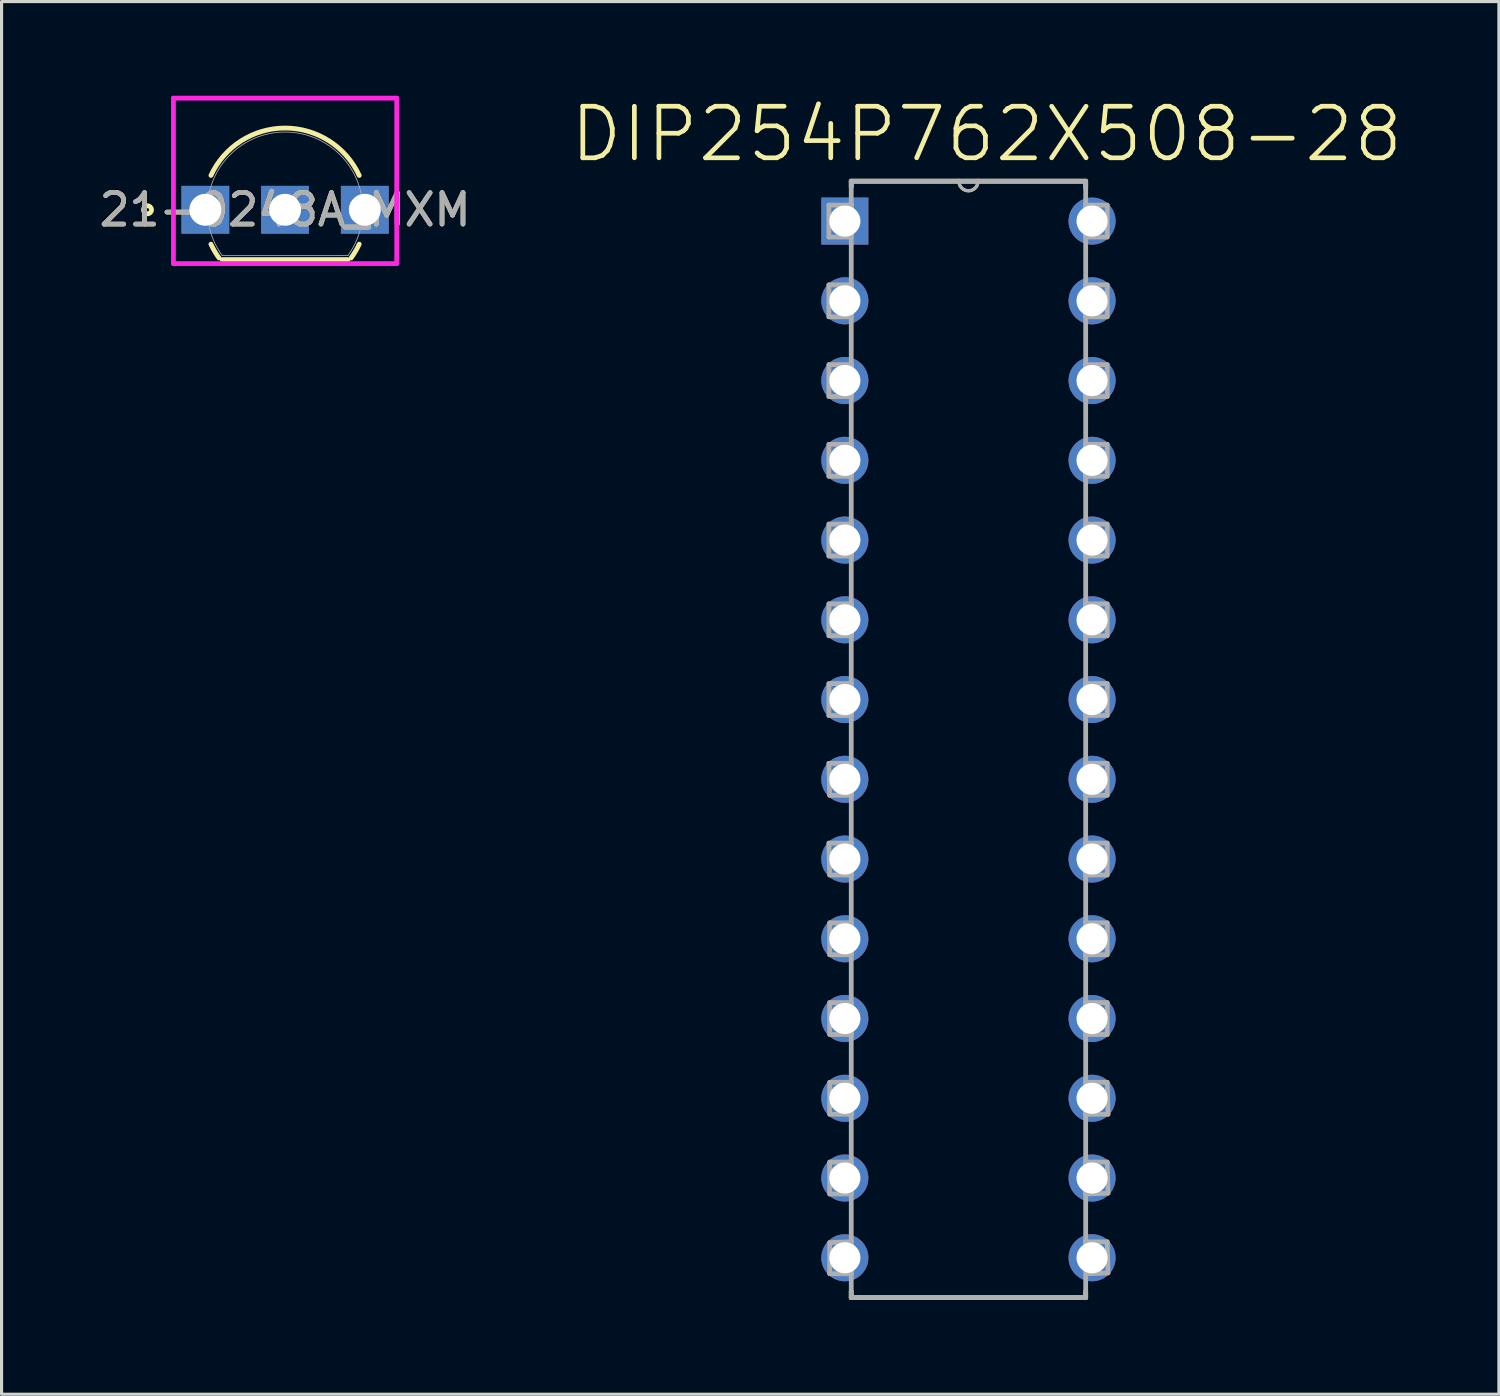
<source format=kicad_pcb>
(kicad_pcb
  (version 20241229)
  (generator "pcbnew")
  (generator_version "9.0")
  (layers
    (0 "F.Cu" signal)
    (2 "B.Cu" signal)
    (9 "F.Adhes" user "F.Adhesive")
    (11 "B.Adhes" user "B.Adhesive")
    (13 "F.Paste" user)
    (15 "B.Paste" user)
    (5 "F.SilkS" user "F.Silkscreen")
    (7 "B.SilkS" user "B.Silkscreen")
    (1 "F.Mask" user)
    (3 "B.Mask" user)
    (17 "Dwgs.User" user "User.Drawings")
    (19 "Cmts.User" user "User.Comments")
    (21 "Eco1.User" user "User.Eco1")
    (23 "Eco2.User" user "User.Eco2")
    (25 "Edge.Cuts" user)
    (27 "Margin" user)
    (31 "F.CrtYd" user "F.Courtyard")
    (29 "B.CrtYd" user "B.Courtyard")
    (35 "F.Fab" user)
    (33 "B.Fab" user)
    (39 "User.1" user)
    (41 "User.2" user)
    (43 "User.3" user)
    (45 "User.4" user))
  (footprint "21-0248A_MXM"
    (layer "F.Cu")
    (at 3.49 3.632)
    (property "Reference" "21-0248A_MXM" (at 2.54 0 0) (unlocked yes) (layer "F.SilkS") (effects (font (size 1 1) (thickness 0.15))))
    (attr through_hole)
    (fp_line (start 0.54 1.587) (end 4.54 1.587) (stroke (width 0.152) (type solid)) (layer "F.SilkS"))
    (fp_arc (start 0.17785 -1.094741) (mid 2.540001 -2.6035) (end 4.902151 -1.09474) (stroke (width 0.1524) (type solid)) (layer "F.SilkS"))
    (fp_arc (start 0.437437 1.535396) (mid 0.296797 1.321458) (end 0.177849 1.094741) (stroke (width 0.1524) (type solid)) (layer "F.SilkS"))
    (fp_arc (start 4.902151 1.09474) (mid 4.783203 1.321458) (end 4.642563 1.535397) (stroke (width 0.1524) (type solid)) (layer "F.SilkS"))
    (fp_circle (center -1.841 0) (end -1.714 0) (stroke (width 0.152) (type solid)) (fill no) (layer "F.SilkS"))
    (fp_line (start -1.016 -3.556) (end 6.096 -3.556) (stroke (width 0.152) (type solid)) (layer "F.CrtYd"))
    (fp_line (start -1.016 1.714) (end -1.016 -3.556) (stroke (width 0.152) (type solid)) (layer "F.CrtYd"))
    (fp_line (start 6.096 -3.556) (end 6.096 1.714) (stroke (width 0.152) (type solid)) (layer "F.CrtYd"))
    (fp_line (start 6.096 1.714) (end -1.016 1.714) (stroke (width 0.152) (type solid)) (layer "F.CrtYd"))
    (fp_line (start -0.254 0) (end 0.254 0) (stroke (width 0.152) (type solid)) (layer "F.Fab"))
    (fp_line (start 0 0.254) (end 0 -0.254) (stroke (width 0.152) (type solid)) (layer "F.Fab"))
    (fp_line (start 0.54 1.46) (end 4.54 1.46) (stroke (width 0.025) (type solid)) (layer "F.Fab"))
    (fp_arc (start 0.540001 1.460499) (mid 2.54 -2.4765) (end 4.539998 1.4605) (stroke (width 0.0254) (type solid)) (layer "F.Fab"))
    (fp_circle (center 0.318 0) (end 0.445 0) (stroke (width 0.025) (type solid)) (fill no) (layer "F.Fab"))
    (fp_text user "${REFERENCE}" (at 2.54 0 0) (unlocked yes) (layer "F.Fab") (effects (font (size 1 1) (thickness 0.15))))
    (pad "1" thru_hole rect (at 0 0) (size 1.524 1.524) (drill 1.016) (layers "*.Cu" "*.Mask"))
    (pad "2" thru_hole rect (at 2.54 0) (size 1.524 1.524) (drill 1.016) (layers "*.Cu" "*.Mask"))
    (pad "3" thru_hole rect (at 5.08 0) (size 1.524 1.524) (drill 1.016) (layers "*.Cu" "*.Mask")))
  (footprint "DIP254P762X508-28"
    (layer "F.Cu")
    (at 31.734 37.012)
    (property "Reference" "DIP254P762X508-28" (at -3.358 -35.788 0) (layer "F.SilkS") (effects (font (size 1.642 1.642) (thickness 0.15))))
    (attr through_hole)
    (fp_line (start -7.671 -34.29) (end -7.671 -34.112) (stroke (width 0.152) (type solid)) (layer "F.SilkS"))
    (fp_line (start -7.671 1.067) (end -7.671 1.27) (stroke (width 0.152) (type solid)) (layer "F.SilkS"))
    (fp_line (start -7.671 1.27) (end -0.203 1.27) (stroke (width 0.152) (type solid)) (layer "F.SilkS"))
    (fp_line (start -4.242 -34.29) (end -7.671 -34.29) (stroke (width 0.152) (type solid)) (layer "F.SilkS"))
    (fp_line (start -3.632 -34.29) (end -4.242 -34.29) (stroke (width 0.152) (type solid)) (layer "F.SilkS"))
    (fp_line (start -0.203 -34.29) (end -3.632 -34.29) (stroke (width 0.152) (type solid)) (layer "F.SilkS"))
    (fp_line (start -0.203 -34.087) (end -0.203 -34.29) (stroke (width 0.152) (type solid)) (layer "F.SilkS"))
    (fp_line (start -0.203 1.27) (end -0.203 1.067) (stroke (width 0.152) (type solid)) (layer "F.SilkS"))
    (fp_arc (start -3.6322 -34.29) (mid -3.937 -33.9852) (end -4.2418 -34.29) (stroke (width 0.1) (type solid)) (layer "F.SilkS"))
    (fp_line (start -8.382 -33.528) (end -8.382 -32.512) (stroke (width 0.152) (type solid)) (layer "F.Fab"))
    (fp_line (start -8.382 -32.512) (end -7.671 -32.512) (stroke (width 0.152) (type solid)) (layer "F.Fab"))
    (fp_line (start -8.382 -30.988) (end -8.382 -29.972) (stroke (width 0.152) (type solid)) (layer "F.Fab"))
    (fp_line (start -8.382 -29.972) (end -7.671 -29.972) (stroke (width 0.152) (type solid)) (layer "F.Fab"))
    (fp_line (start -8.382 -28.448) (end -8.382 -27.432) (stroke (width 0.152) (type solid)) (layer "F.Fab"))
    (fp_line (start -8.382 -27.432) (end -7.671 -27.432) (stroke (width 0.152) (type solid)) (layer "F.Fab"))
    (fp_line (start -8.382 -25.908) (end -8.382 -24.892) (stroke (width 0.152) (type solid)) (layer "F.Fab"))
    (fp_line (start -8.382 -24.892) (end -7.671 -24.892) (stroke (width 0.152) (type solid)) (layer "F.Fab"))
    (fp_line (start -8.382 -23.368) (end -8.382 -22.352) (stroke (width 0.152) (type solid)) (layer "F.Fab"))
    (fp_line (start -8.382 -22.352) (end -7.671 -22.352) (stroke (width 0.152) (type solid)) (layer "F.Fab"))
    (fp_line (start -8.382 -20.828) (end -8.382 -19.812) (stroke (width 0.152) (type solid)) (layer "F.Fab"))
    (fp_line (start -8.382 -19.812) (end -7.671 -19.812) (stroke (width 0.152) (type solid)) (layer "F.Fab"))
    (fp_line (start -8.382 -18.288) (end -8.382 -17.272) (stroke (width 0.152) (type solid)) (layer "F.Fab"))
    (fp_line (start -8.382 -17.272) (end -7.671 -17.272) (stroke (width 0.152) (type solid)) (layer "F.Fab"))
    (fp_line (start -8.382 -15.748) (end -8.357 -14.732) (stroke (width 0.152) (type solid)) (layer "F.Fab"))
    (fp_line (start -8.382 -13.208) (end -8.357 -12.192) (stroke (width 0.152) (type solid)) (layer "F.Fab"))
    (fp_line (start -8.357 -14.732) (end -7.671 -14.732) (stroke (width 0.152) (type solid)) (layer "F.Fab"))
    (fp_line (start -8.357 -12.192) (end -7.671 -12.192) (stroke (width 0.152) (type solid)) (layer "F.Fab"))
    (fp_line (start -8.357 -10.668) (end -8.357 -9.652) (stroke (width 0.152) (type solid)) (layer "F.Fab"))
    (fp_line (start -8.357 -9.652) (end -7.671 -9.652) (stroke (width 0.152) (type solid)) (layer "F.Fab"))
    (fp_line (start -8.357 -8.128) (end -8.357 -7.112) (stroke (width 0.152) (type solid)) (layer "F.Fab"))
    (fp_line (start -8.357 -7.112) (end -7.671 -7.112) (stroke (width 0.152) (type solid)) (layer "F.Fab"))
    (fp_line (start -8.357 -5.588) (end -8.357 -4.572) (stroke (width 0.152) (type solid)) (layer "F.Fab"))
    (fp_line (start -8.357 -4.572) (end -7.671 -4.572) (stroke (width 0.152) (type solid)) (layer "F.Fab"))
    (fp_line (start -8.357 -3.048) (end -8.357 -2.032) (stroke (width 0.152) (type solid)) (layer "F.Fab"))
    (fp_line (start -8.357 -2.032) (end -7.671 -2.032) (stroke (width 0.152) (type solid)) (layer "F.Fab"))
    (fp_line (start -8.357 -0.483) (end -8.357 0.508) (stroke (width 0.152) (type solid)) (layer "F.Fab"))
    (fp_line (start -8.357 0.508) (end -7.671 0.508) (stroke (width 0.152) (type solid)) (layer "F.Fab"))
    (fp_line (start -7.671 -34.29) (end -7.671 1.27) (stroke (width 0.152) (type solid)) (layer "F.Fab"))
    (fp_line (start -7.671 -33.528) (end -8.382 -33.528) (stroke (width 0.152) (type solid)) (layer "F.Fab"))
    (fp_line (start -7.671 -32.512) (end -7.671 -33.528) (stroke (width 0.152) (type solid)) (layer "F.Fab"))
    (fp_line (start -7.671 -30.988) (end -8.382 -30.988) (stroke (width 0.152) (type solid)) (layer "F.Fab"))
    (fp_line (start -7.671 -29.972) (end -7.671 -30.988) (stroke (width 0.152) (type solid)) (layer "F.Fab"))
    (fp_line (start -7.671 -28.448) (end -8.382 -28.448) (stroke (width 0.152) (type solid)) (layer "F.Fab"))
    (fp_line (start -7.671 -27.432) (end -7.671 -28.448) (stroke (width 0.152) (type solid)) (layer "F.Fab"))
    (fp_line (start -7.671 -25.908) (end -8.382 -25.908) (stroke (width 0.152) (type solid)) (layer "F.Fab"))
    (fp_line (start -7.671 -24.892) (end -7.671 -25.908) (stroke (width 0.152) (type solid)) (layer "F.Fab"))
    (fp_line (start -7.671 -23.368) (end -8.382 -23.368) (stroke (width 0.152) (type solid)) (layer "F.Fab"))
    (fp_line (start -7.671 -22.352) (end -7.671 -23.368) (stroke (width 0.152) (type solid)) (layer "F.Fab"))
    (fp_line (start -7.671 -20.828) (end -8.382 -20.828) (stroke (width 0.152) (type solid)) (layer "F.Fab"))
    (fp_line (start -7.671 -19.812) (end -7.671 -20.828) (stroke (width 0.152) (type solid)) (layer "F.Fab"))
    (fp_line (start -7.671 -18.288) (end -8.382 -18.288) (stroke (width 0.152) (type solid)) (layer "F.Fab"))
    (fp_line (start -7.671 -17.272) (end -7.671 -18.288) (stroke (width 0.152) (type solid)) (layer "F.Fab"))
    (fp_line (start -7.671 -15.748) (end -8.382 -15.748) (stroke (width 0.152) (type solid)) (layer "F.Fab"))
    (fp_line (start -7.671 -14.732) (end -7.671 -15.748) (stroke (width 0.152) (type solid)) (layer "F.Fab"))
    (fp_line (start -7.671 -13.208) (end -8.382 -13.208) (stroke (width 0.152) (type solid)) (layer "F.Fab"))
    (fp_line (start -7.671 -12.192) (end -7.671 -13.208) (stroke (width 0.152) (type solid)) (layer "F.Fab"))
    (fp_line (start -7.671 -10.668) (end -8.357 -10.668) (stroke (width 0.152) (type solid)) (layer "F.Fab"))
    (fp_line (start -7.671 -9.652) (end -7.671 -10.668) (stroke (width 0.152) (type solid)) (layer "F.Fab"))
    (fp_line (start -7.671 -8.128) (end -8.357 -8.128) (stroke (width 0.152) (type solid)) (layer "F.Fab"))
    (fp_line (start -7.671 -7.112) (end -7.671 -8.128) (stroke (width 0.152) (type solid)) (layer "F.Fab"))
    (fp_line (start -7.671 -5.588) (end -8.357 -5.588) (stroke (width 0.152) (type solid)) (layer "F.Fab"))
    (fp_line (start -7.671 -4.572) (end -7.671 -5.588) (stroke (width 0.152) (type solid)) (layer "F.Fab"))
    (fp_line (start -7.671 -3.048) (end -8.357 -3.048) (stroke (width 0.152) (type solid)) (layer "F.Fab"))
    (fp_line (start -7.671 -2.032) (end -7.671 -3.048) (stroke (width 0.152) (type solid)) (layer "F.Fab"))
    (fp_line (start -7.671 -0.508) (end -8.357 -0.483) (stroke (width 0.152) (type solid)) (layer "F.Fab"))
    (fp_line (start -7.671 0.508) (end -7.671 -0.508) (stroke (width 0.152) (type solid)) (layer "F.Fab"))
    (fp_line (start -7.671 1.27) (end -0.203 1.27) (stroke (width 0.152) (type solid)) (layer "F.Fab"))
    (fp_line (start -4.242 -34.29) (end -7.671 -34.29) (stroke (width 0.152) (type solid)) (layer "F.Fab"))
    (fp_line (start -3.632 -34.29) (end -4.242 -34.29) (stroke (width 0.152) (type solid)) (layer "F.Fab"))
    (fp_line (start -0.203 -34.29) (end -3.632 -34.29) (stroke (width 0.152) (type solid)) (layer "F.Fab"))
    (fp_line (start -0.203 -33.528) (end -0.203 -32.512) (stroke (width 0.152) (type solid)) (layer "F.Fab"))
    (fp_line (start -0.203 -32.512) (end 0.483 -32.512) (stroke (width 0.152) (type solid)) (layer "F.Fab"))
    (fp_line (start -0.203 -30.988) (end -0.203 -29.972) (stroke (width 0.152) (type solid)) (layer "F.Fab"))
    (fp_line (start -0.203 -29.972) (end 0.483 -29.972) (stroke (width 0.152) (type solid)) (layer "F.Fab"))
    (fp_line (start -0.203 -28.448) (end -0.203 -27.432) (stroke (width 0.152) (type solid)) (layer "F.Fab"))
    (fp_line (start -0.203 -27.432) (end 0.483 -27.432) (stroke (width 0.152) (type solid)) (layer "F.Fab"))
    (fp_line (start -0.203 -25.908) (end -0.203 -24.892) (stroke (width 0.152) (type solid)) (layer "F.Fab"))
    (fp_line (start -0.203 -24.892) (end 0.483 -24.892) (stroke (width 0.152) (type solid)) (layer "F.Fab"))
    (fp_line (start -0.203 -23.368) (end -0.203 -22.352) (stroke (width 0.152) (type solid)) (layer "F.Fab"))
    (fp_line (start -0.203 -22.352) (end 0.483 -22.352) (stroke (width 0.152) (type solid)) (layer "F.Fab"))
    (fp_line (start -0.203 -20.828) (end -0.203 -19.812) (stroke (width 0.152) (type solid)) (layer "F.Fab"))
    (fp_line (start -0.203 -19.812) (end 0.483 -19.812) (stroke (width 0.152) (type solid)) (layer "F.Fab"))
    (fp_line (start -0.203 -18.288) (end -0.203 -17.272) (stroke (width 0.152) (type solid)) (layer "F.Fab"))
    (fp_line (start -0.203 -17.272) (end 0.483 -17.272) (stroke (width 0.152) (type solid)) (layer "F.Fab"))
    (fp_line (start -0.203 -15.748) (end -0.203 -14.732) (stroke (width 0.152) (type solid)) (layer "F.Fab"))
    (fp_line (start -0.203 -14.732) (end 0.483 -14.732) (stroke (width 0.152) (type solid)) (layer "F.Fab"))
    (fp_line (start -0.203 -13.208) (end -0.203 -12.192) (stroke (width 0.152) (type solid)) (layer "F.Fab"))
    (fp_line (start -0.203 -12.192) (end 0.483 -12.192) (stroke (width 0.152) (type solid)) (layer "F.Fab"))
    (fp_line (start -0.203 -10.668) (end -0.203 -9.652) (stroke (width 0.152) (type solid)) (layer "F.Fab"))
    (fp_line (start -0.203 -9.652) (end 0.483 -9.652) (stroke (width 0.152) (type solid)) (layer "F.Fab"))
    (fp_line (start -0.203 -8.128) (end -0.203 -7.112) (stroke (width 0.152) (type solid)) (layer "F.Fab"))
    (fp_line (start -0.203 -7.112) (end 0.483 -7.112) (stroke (width 0.152) (type solid)) (layer "F.Fab"))
    (fp_line (start -0.203 -5.588) (end -0.203 -4.572) (stroke (width 0.152) (type solid)) (layer "F.Fab"))
    (fp_line (start -0.203 -4.572) (end 0.508 -4.572) (stroke (width 0.152) (type solid)) (layer "F.Fab"))
    (fp_line (start -0.203 -3.048) (end -0.203 -2.032) (stroke (width 0.152) (type solid)) (layer "F.Fab"))
    (fp_line (start -0.203 -2.032) (end 0.508 -2.057) (stroke (width 0.152) (type solid)) (layer "F.Fab"))
    (fp_line (start -0.203 -0.508) (end -0.178 0.508) (stroke (width 0.152) (type solid)) (layer "F.Fab"))
    (fp_line (start -0.203 1.27) (end -0.203 -34.29) (stroke (width 0.152) (type solid)) (layer "F.Fab"))
    (fp_line (start -0.178 0.508) (end 0.508 0.483) (stroke (width 0.152) (type solid)) (layer "F.Fab"))
    (fp_line (start 0.483 -33.528) (end -0.203 -33.528) (stroke (width 0.152) (type solid)) (layer "F.Fab"))
    (fp_line (start 0.483 -32.512) (end 0.483 -33.528) (stroke (width 0.152) (type solid)) (layer "F.Fab"))
    (fp_line (start 0.483 -30.988) (end -0.203 -30.988) (stroke (width 0.152) (type solid)) (layer "F.Fab"))
    (fp_line (start 0.483 -29.972) (end 0.483 -30.988) (stroke (width 0.152) (type solid)) (layer "F.Fab"))
    (fp_line (start 0.483 -28.448) (end -0.203 -28.448) (stroke (width 0.152) (type solid)) (layer "F.Fab"))
    (fp_line (start 0.483 -27.432) (end 0.483 -28.448) (stroke (width 0.152) (type solid)) (layer "F.Fab"))
    (fp_line (start 0.483 -25.908) (end -0.203 -25.908) (stroke (width 0.152) (type solid)) (layer "F.Fab"))
    (fp_line (start 0.483 -24.892) (end 0.483 -25.908) (stroke (width 0.152) (type solid)) (layer "F.Fab"))
    (fp_line (start 0.483 -23.368) (end -0.203 -23.368) (stroke (width 0.152) (type solid)) (layer "F.Fab"))
    (fp_line (start 0.483 -22.352) (end 0.483 -23.368) (stroke (width 0.152) (type solid)) (layer "F.Fab"))
    (fp_line (start 0.483 -20.828) (end -0.203 -20.828) (stroke (width 0.152) (type solid)) (layer "F.Fab"))
    (fp_line (start 0.483 -19.812) (end 0.483 -20.828) (stroke (width 0.152) (type solid)) (layer "F.Fab"))
    (fp_line (start 0.483 -18.288) (end -0.203 -18.288) (stroke (width 0.152) (type solid)) (layer "F.Fab"))
    (fp_line (start 0.483 -17.272) (end 0.483 -18.288) (stroke (width 0.152) (type solid)) (layer "F.Fab"))
    (fp_line (start 0.483 -15.748) (end -0.203 -15.748) (stroke (width 0.152) (type solid)) (layer "F.Fab"))
    (fp_line (start 0.483 -14.732) (end 0.483 -15.748) (stroke (width 0.152) (type solid)) (layer "F.Fab"))
    (fp_line (start 0.483 -13.208) (end -0.203 -13.208) (stroke (width 0.152) (type solid)) (layer "F.Fab"))
    (fp_line (start 0.483 -12.192) (end 0.483 -13.208) (stroke (width 0.152) (type solid)) (layer "F.Fab"))
    (fp_line (start 0.483 -10.668) (end -0.203 -10.668) (stroke (width 0.152) (type solid)) (layer "F.Fab"))
    (fp_line (start 0.483 -9.652) (end 0.483 -10.668) (stroke (width 0.152) (type solid)) (layer "F.Fab"))
    (fp_line (start 0.483 -8.128) (end -0.203 -8.128) (stroke (width 0.152) (type solid)) (layer "F.Fab"))
    (fp_line (start 0.483 -7.112) (end 0.483 -8.128) (stroke (width 0.152) (type solid)) (layer "F.Fab"))
    (fp_line (start 0.483 -5.588) (end -0.203 -5.588) (stroke (width 0.152) (type solid)) (layer "F.Fab"))
    (fp_line (start 0.483 -3.048) (end -0.203 -3.048) (stroke (width 0.152) (type solid)) (layer "F.Fab"))
    (fp_line (start 0.483 -0.508) (end -0.203 -0.508) (stroke (width 0.152) (type solid)) (layer "F.Fab"))
    (fp_line (start 0.508 -4.572) (end 0.483 -5.588) (stroke (width 0.152) (type solid)) (layer "F.Fab"))
    (fp_line (start 0.508 -2.057) (end 0.483 -3.048) (stroke (width 0.152) (type solid)) (layer "F.Fab"))
    (fp_line (start 0.508 0.483) (end 0.483 -0.508) (stroke (width 0.152) (type solid)) (layer "F.Fab"))
    (fp_arc (start -3.6322 -34.29) (mid -3.937 -33.9852) (end -4.2418 -34.29) (stroke (width 0.1) (type solid)) (layer "F.Fab"))
    (pad "1" thru_hole rect (at -7.874 -33.02) (size 1.499 1.499) (drill 0.991) (layers "*.Cu" "*.Mask"))
    (pad "2" thru_hole circle (at -7.874 -30.48) (size 1.499 1.499) (drill 0.991) (layers "*.Cu" "*.Mask"))
    (pad "3" thru_hole circle (at -7.874 -27.94) (size 1.499 1.499) (drill 0.991) (layers "*.Cu" "*.Mask"))
    (pad "4" thru_hole circle (at -7.874 -25.4) (size 1.499 1.499) (drill 0.991) (layers "*.Cu" "*.Mask"))
    (pad "5" thru_hole circle (at -7.874 -22.86) (size 1.499 1.499) (drill 0.991) (layers "*.Cu" "*.Mask"))
    (pad "6" thru_hole circle (at -7.874 -20.32) (size 1.499 1.499) (drill 0.991) (layers "*.Cu" "*.Mask"))
    (pad "7" thru_hole circle (at -7.874 -17.78) (size 1.499 1.499) (drill 0.991) (layers "*.Cu" "*.Mask"))
    (pad "8" thru_hole circle (at -7.874 -15.24) (size 1.499 1.499) (drill 0.991) (layers "*.Cu" "*.Mask"))
    (pad "9" thru_hole circle (at -7.874 -12.7) (size 1.499 1.499) (drill 0.991) (layers "*.Cu" "*.Mask"))
    (pad "10" thru_hole circle (at -7.874 -10.16) (size 1.499 1.499) (drill 0.991) (layers "*.Cu" "*.Mask"))
    (pad "11" thru_hole circle (at -7.874 -7.62) (size 1.499 1.499) (drill 0.991) (layers "*.Cu" "*.Mask"))
    (pad "12" thru_hole circle (at -7.874 -5.08) (size 1.499 1.499) (drill 0.991) (layers "*.Cu" "*.Mask"))
    (pad "13" thru_hole circle (at -7.874 -2.54) (size 1.499 1.499) (drill 0.991) (layers "*.Cu" "*.Mask"))
    (pad "14" thru_hole circle (at -7.874 0) (size 1.499 1.499) (drill 0.991) (layers "*.Cu" "*.Mask"))
    (pad "15" thru_hole circle (at 0 0) (size 1.499 1.499) (drill 0.991) (layers "*.Cu" "*.Mask"))
    (pad "16" thru_hole circle (at 0 -2.54) (size 1.499 1.499) (drill 0.991) (layers "*.Cu" "*.Mask"))
    (pad "17" thru_hole circle (at 0 -5.08) (size 1.499 1.499) (drill 0.991) (layers "*.Cu" "*.Mask"))
    (pad "18" thru_hole circle (at 0 -7.62) (size 1.499 1.499) (drill 0.991) (layers "*.Cu" "*.Mask"))
    (pad "19" thru_hole circle (at 0 -10.16) (size 1.499 1.499) (drill 0.991) (layers "*.Cu" "*.Mask"))
    (pad "20" thru_hole circle (at 0 -12.7) (size 1.499 1.499) (drill 0.991) (layers "*.Cu" "*.Mask"))
    (pad "21" thru_hole circle (at 0 -15.24) (size 1.499 1.499) (drill 0.991) (layers "*.Cu" "*.Mask"))
    (pad "22" thru_hole circle (at 0 -17.78) (size 1.499 1.499) (drill 0.991) (layers "*.Cu" "*.Mask"))
    (pad "23" thru_hole circle (at 0 -20.32) (size 1.499 1.499) (drill 0.991) (layers "*.Cu" "*.Mask"))
    (pad "24" thru_hole circle (at 0 -22.86) (size 1.499 1.499) (drill 0.991) (layers "*.Cu" "*.Mask"))
    (pad "25" thru_hole circle (at 0 -25.4) (size 1.499 1.499) (drill 0.991) (layers "*.Cu" "*.Mask"))
    (pad "26" thru_hole circle (at 0 -27.94) (size 1.499 1.499) (drill 0.991) (layers "*.Cu" "*.Mask"))
    (pad "27" thru_hole circle (at 0 -30.48) (size 1.499 1.499) (drill 0.991) (layers "*.Cu" "*.Mask"))
    (pad "28" thru_hole circle (at 0 -33.02) (size 1.499 1.499) (drill 0.991) (layers "*.Cu" "*.Mask")))
  (gr_rect
    (start -3 -3)
    (end 44.693 41.359)
    (stroke (width 0.1) (type default))
    (fill no)
    (layer "Edge.Cuts")))
</source>
